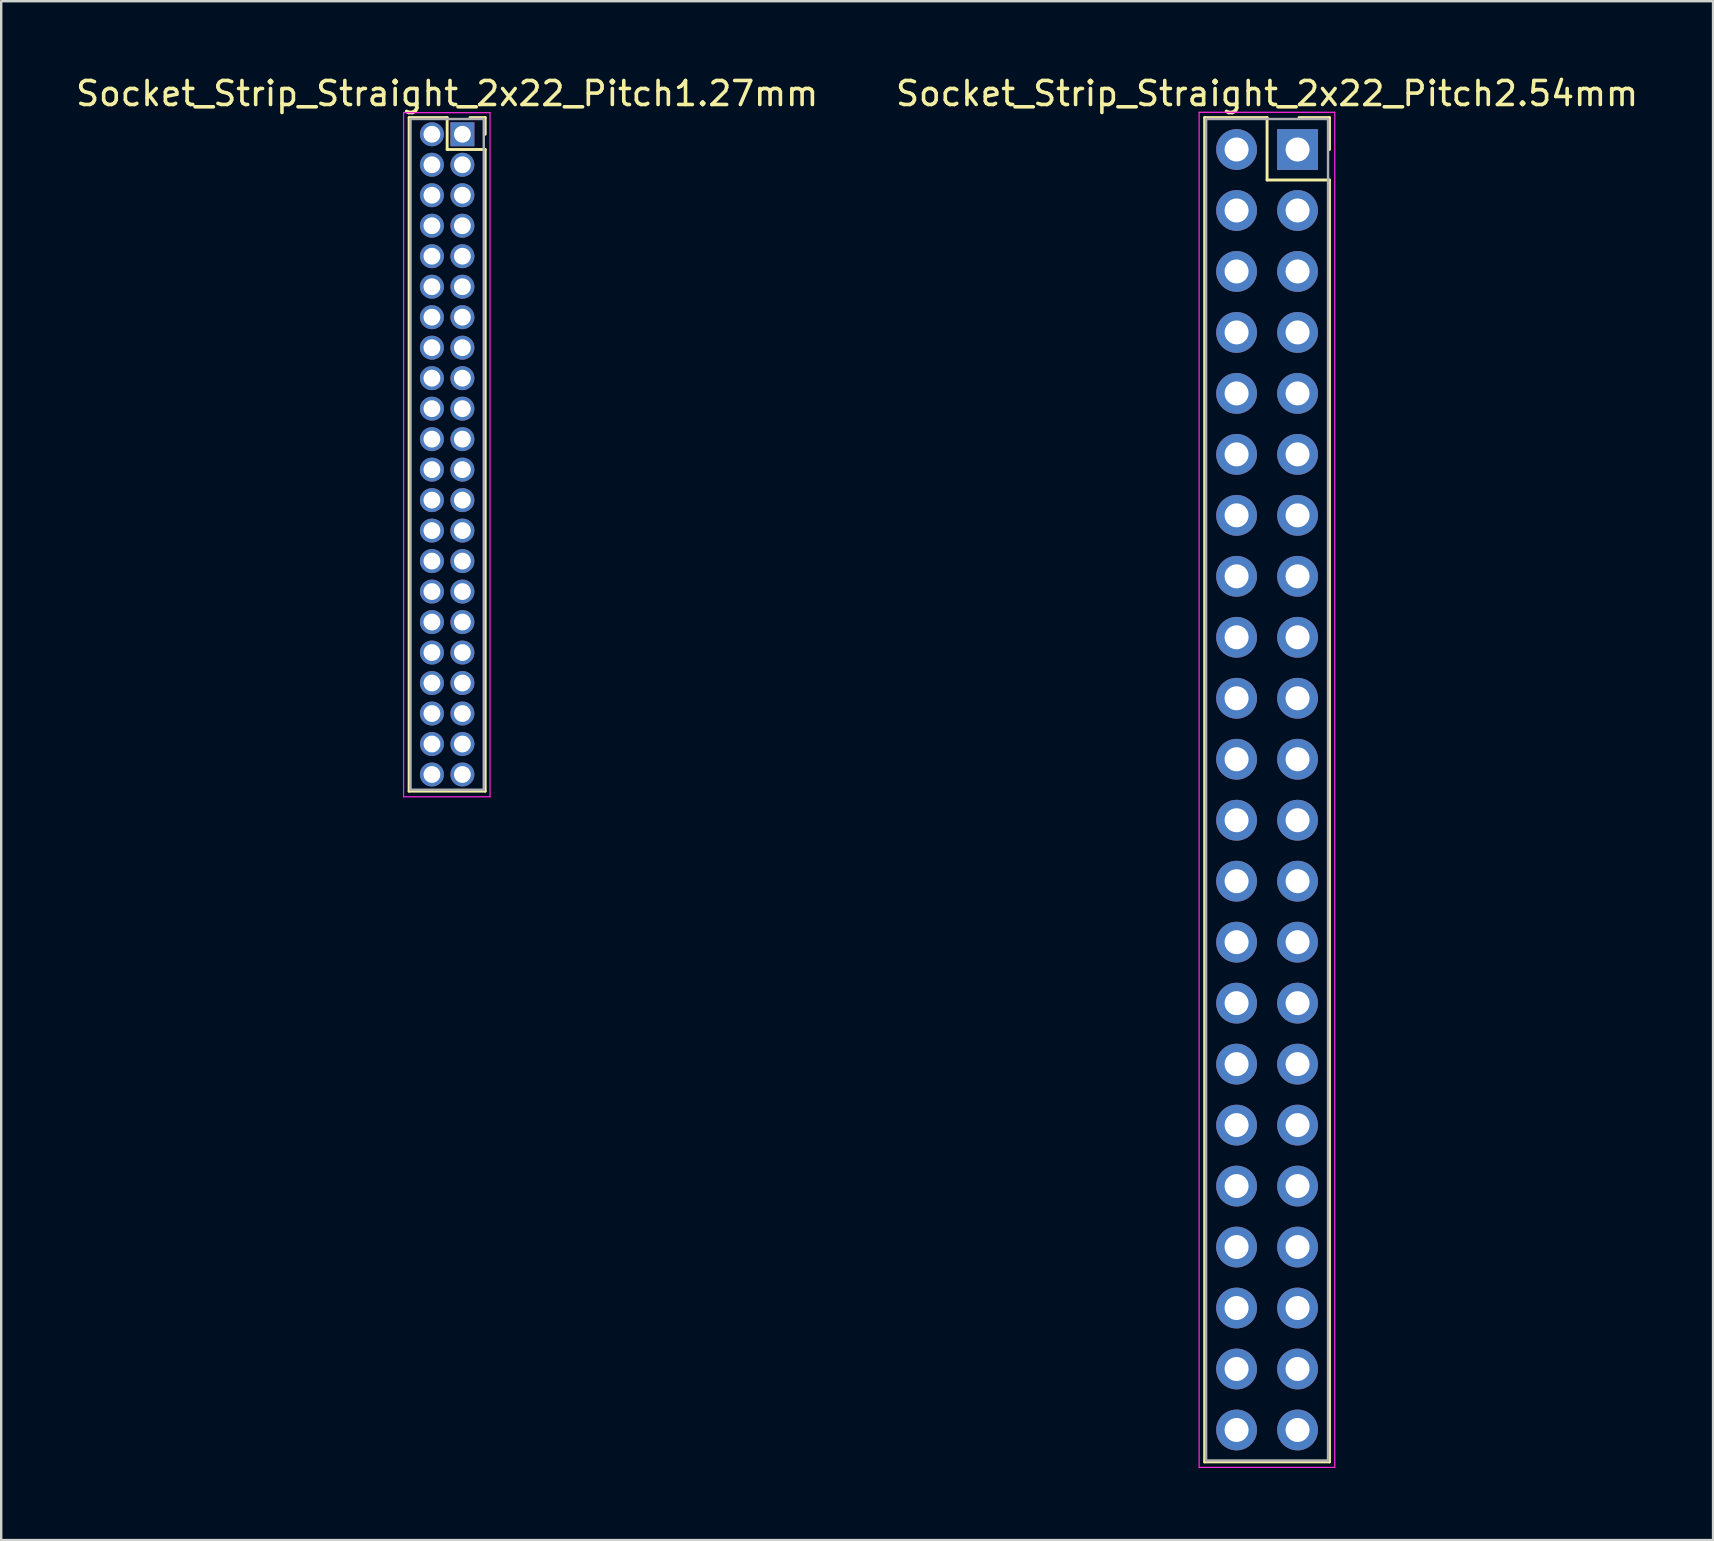
<source format=kicad_pcb>
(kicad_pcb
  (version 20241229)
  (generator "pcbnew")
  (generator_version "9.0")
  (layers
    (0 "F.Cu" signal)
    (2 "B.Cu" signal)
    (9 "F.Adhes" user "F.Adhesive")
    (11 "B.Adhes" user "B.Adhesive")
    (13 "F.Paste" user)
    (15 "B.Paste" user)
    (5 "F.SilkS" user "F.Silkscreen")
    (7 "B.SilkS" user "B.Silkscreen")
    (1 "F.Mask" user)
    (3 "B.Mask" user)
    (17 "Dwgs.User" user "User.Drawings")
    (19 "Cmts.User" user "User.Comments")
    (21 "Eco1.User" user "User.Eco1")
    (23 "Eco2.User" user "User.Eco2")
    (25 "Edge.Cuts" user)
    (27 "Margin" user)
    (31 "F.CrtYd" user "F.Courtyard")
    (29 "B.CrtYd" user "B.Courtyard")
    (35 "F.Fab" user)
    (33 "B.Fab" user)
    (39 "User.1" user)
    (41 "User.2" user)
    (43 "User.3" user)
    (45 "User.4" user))
  (footprint "Socket_Strip_Straight_2x22_Pitch1.27mm"
    (layer "F.Cu")
    (at 16.212 2.543)
    (property "Reference" "Socket_Strip_Straight_2x22_Pitch1.27mm" (at -0.635 -1.695 0) (layer "F.SilkS") (effects (font (size 1 1) (thickness 0.15))))
    (attr through_hole)
    (fp_line (start -2.22 -0.695) (end -0.635 -0.695) (stroke (width 0.12) (type solid)) (layer "F.SilkS"))
    (fp_line (start -2.22 27.365) (end -2.22 -0.695) (stroke (width 0.12) (type solid)) (layer "F.SilkS"))
    (fp_line (start -0.635 -0.695) (end -0.635 0.635) (stroke (width 0.12) (type solid)) (layer "F.SilkS"))
    (fp_line (start -0.635 0.635) (end 0.95 0.635) (stroke (width 0.12) (type solid)) (layer "F.SilkS"))
    (fp_line (start 0.95 -0.695) (end 0.315 -0.695) (stroke (width 0.12) (type solid)) (layer "F.SilkS"))
    (fp_line (start 0.95 0) (end 0.95 -0.695) (stroke (width 0.12) (type solid)) (layer "F.SilkS"))
    (fp_line (start 0.95 0.635) (end 0.95 27.365) (stroke (width 0.12) (type solid)) (layer "F.SilkS"))
    (fp_line (start 0.95 27.365) (end -2.22 27.365) (stroke (width 0.12) (type solid)) (layer "F.SilkS"))
    (fp_line (start -2.45 -0.9) (end -2.45 27.6) (stroke (width 0.05) (type solid)) (layer "F.CrtYd"))
    (fp_line (start -2.45 27.6) (end 1.15 27.6) (stroke (width 0.05) (type solid)) (layer "F.CrtYd"))
    (fp_line (start 1.15 -0.9) (end -2.45 -0.9) (stroke (width 0.05) (type solid)) (layer "F.CrtYd"))
    (fp_line (start 1.15 27.6) (end 1.15 -0.9) (stroke (width 0.05) (type solid)) (layer "F.CrtYd"))
    (fp_line (start -2.16 -0.635) (end -2.16 27.305) (stroke (width 0.1) (type solid)) (layer "F.Fab"))
    (fp_line (start -2.16 27.305) (end 0.89 27.305) (stroke (width 0.1) (type solid)) (layer "F.Fab"))
    (fp_line (start 0.89 -0.635) (end -2.16 -0.635) (stroke (width 0.1) (type solid)) (layer "F.Fab"))
    (fp_line (start 0.89 27.305) (end 0.89 -0.635) (stroke (width 0.1) (type solid)) (layer "F.Fab"))
    (pad "1" thru_hole rect (at 0 0) (size 1 1) (drill 0.7) (layers "*.Cu" "*.Mask"))
    (pad "2" thru_hole oval (at -1.27 0) (size 1 1) (drill 0.7) (layers "*.Cu" "*.Mask"))
    (pad "3" thru_hole oval (at 0 1.27) (size 1 1) (drill 0.7) (layers "*.Cu" "*.Mask"))
    (pad "4" thru_hole oval (at -1.27 1.27) (size 1 1) (drill 0.7) (layers "*.Cu" "*.Mask"))
    (pad "5" thru_hole oval (at 0 2.54) (size 1 1) (drill 0.7) (layers "*.Cu" "*.Mask"))
    (pad "6" thru_hole oval (at -1.27 2.54) (size 1 1) (drill 0.7) (layers "*.Cu" "*.Mask"))
    (pad "7" thru_hole oval (at 0 3.81) (size 1 1) (drill 0.7) (layers "*.Cu" "*.Mask"))
    (pad "8" thru_hole oval (at -1.27 3.81) (size 1 1) (drill 0.7) (layers "*.Cu" "*.Mask"))
    (pad "9" thru_hole oval (at 0 5.08) (size 1 1) (drill 0.7) (layers "*.Cu" "*.Mask"))
    (pad "10" thru_hole oval (at -1.27 5.08) (size 1 1) (drill 0.7) (layers "*.Cu" "*.Mask"))
    (pad "11" thru_hole oval (at 0 6.35) (size 1 1) (drill 0.7) (layers "*.Cu" "*.Mask"))
    (pad "12" thru_hole oval (at -1.27 6.35) (size 1 1) (drill 0.7) (layers "*.Cu" "*.Mask"))
    (pad "13" thru_hole oval (at 0 7.62) (size 1 1) (drill 0.7) (layers "*.Cu" "*.Mask"))
    (pad "14" thru_hole oval (at -1.27 7.62) (size 1 1) (drill 0.7) (layers "*.Cu" "*.Mask"))
    (pad "15" thru_hole oval (at 0 8.89) (size 1 1) (drill 0.7) (layers "*.Cu" "*.Mask"))
    (pad "16" thru_hole oval (at -1.27 8.89) (size 1 1) (drill 0.7) (layers "*.Cu" "*.Mask"))
    (pad "17" thru_hole oval (at 0 10.16) (size 1 1) (drill 0.7) (layers "*.Cu" "*.Mask"))
    (pad "18" thru_hole oval (at -1.27 10.16) (size 1 1) (drill 0.7) (layers "*.Cu" "*.Mask"))
    (pad "19" thru_hole oval (at 0 11.43) (size 1 1) (drill 0.7) (layers "*.Cu" "*.Mask"))
    (pad "20" thru_hole oval (at -1.27 11.43) (size 1 1) (drill 0.7) (layers "*.Cu" "*.Mask"))
    (pad "21" thru_hole oval (at 0 12.7) (size 1 1) (drill 0.7) (layers "*.Cu" "*.Mask"))
    (pad "22" thru_hole oval (at -1.27 12.7) (size 1 1) (drill 0.7) (layers "*.Cu" "*.Mask"))
    (pad "23" thru_hole oval (at 0 13.97) (size 1 1) (drill 0.7) (layers "*.Cu" "*.Mask"))
    (pad "24" thru_hole oval (at -1.27 13.97) (size 1 1) (drill 0.7) (layers "*.Cu" "*.Mask"))
    (pad "25" thru_hole oval (at 0 15.24) (size 1 1) (drill 0.7) (layers "*.Cu" "*.Mask"))
    (pad "26" thru_hole oval (at -1.27 15.24) (size 1 1) (drill 0.7) (layers "*.Cu" "*.Mask"))
    (pad "27" thru_hole oval (at 0 16.51) (size 1 1) (drill 0.7) (layers "*.Cu" "*.Mask"))
    (pad "28" thru_hole oval (at -1.27 16.51) (size 1 1) (drill 0.7) (layers "*.Cu" "*.Mask"))
    (pad "29" thru_hole oval (at 0 17.78) (size 1 1) (drill 0.7) (layers "*.Cu" "*.Mask"))
    (pad "30" thru_hole oval (at -1.27 17.78) (size 1 1) (drill 0.7) (layers "*.Cu" "*.Mask"))
    (pad "31" thru_hole oval (at 0 19.05) (size 1 1) (drill 0.7) (layers "*.Cu" "*.Mask"))
    (pad "32" thru_hole oval (at -1.27 19.05) (size 1 1) (drill 0.7) (layers "*.Cu" "*.Mask"))
    (pad "33" thru_hole oval (at 0 20.32) (size 1 1) (drill 0.7) (layers "*.Cu" "*.Mask"))
    (pad "34" thru_hole oval (at -1.27 20.32) (size 1 1) (drill 0.7) (layers "*.Cu" "*.Mask"))
    (pad "35" thru_hole oval (at 0 21.59) (size 1 1) (drill 0.7) (layers "*.Cu" "*.Mask"))
    (pad "36" thru_hole oval (at -1.27 21.59) (size 1 1) (drill 0.7) (layers "*.Cu" "*.Mask"))
    (pad "37" thru_hole oval (at 0 22.86) (size 1 1) (drill 0.7) (layers "*.Cu" "*.Mask"))
    (pad "38" thru_hole oval (at -1.27 22.86) (size 1 1) (drill 0.7) (layers "*.Cu" "*.Mask"))
    (pad "39" thru_hole oval (at 0 24.13) (size 1 1) (drill 0.7) (layers "*.Cu" "*.Mask"))
    (pad "40" thru_hole oval (at -1.27 24.13) (size 1 1) (drill 0.7) (layers "*.Cu" "*.Mask"))
    (pad "41" thru_hole oval (at 0 25.4) (size 1 1) (drill 0.7) (layers "*.Cu" "*.Mask"))
    (pad "42" thru_hole oval (at -1.27 25.4) (size 1 1) (drill 0.7) (layers "*.Cu" "*.Mask"))
    (pad "43" thru_hole oval (at 0 26.67) (size 1 1) (drill 0.7) (layers "*.Cu" "*.Mask"))
    (pad "44" thru_hole oval (at -1.27 26.67) (size 1 1) (drill 0.7) (layers "*.Cu" "*.Mask")))
  (footprint "Socket_Strip_Straight_2x22_Pitch2.54mm"
    (layer "F.Cu")
    (at 51.002 3.178)
    (property "Reference" "Socket_Strip_Straight_2x22_Pitch2.54mm" (at -1.27 -2.33 0) (layer "F.SilkS") (effects (font (size 1 1) (thickness 0.15))))
    (attr through_hole)
    (fp_line (start -3.87 -1.33) (end -1.27 -1.33) (stroke (width 0.12) (type solid)) (layer "F.SilkS"))
    (fp_line (start -3.87 54.67) (end -3.87 -1.33) (stroke (width 0.12) (type solid)) (layer "F.SilkS"))
    (fp_line (start -1.27 -1.33) (end -1.27 1.27) (stroke (width 0.12) (type solid)) (layer "F.SilkS"))
    (fp_line (start -1.27 1.27) (end 1.33 1.27) (stroke (width 0.12) (type solid)) (layer "F.SilkS"))
    (fp_line (start 1.33 -1.33) (end 0.06 -1.33) (stroke (width 0.12) (type solid)) (layer "F.SilkS"))
    (fp_line (start 1.33 0) (end 1.33 -1.33) (stroke (width 0.12) (type solid)) (layer "F.SilkS"))
    (fp_line (start 1.33 1.27) (end 1.33 54.67) (stroke (width 0.12) (type solid)) (layer "F.SilkS"))
    (fp_line (start 1.33 54.67) (end -3.87 54.67) (stroke (width 0.12) (type solid)) (layer "F.SilkS"))
    (fp_line (start -4.1 -1.55) (end -4.1 54.9) (stroke (width 0.05) (type solid)) (layer "F.CrtYd"))
    (fp_line (start -4.1 54.9) (end 1.55 54.9) (stroke (width 0.05) (type solid)) (layer "F.CrtYd"))
    (fp_line (start 1.55 -1.55) (end -4.1 -1.55) (stroke (width 0.05) (type solid)) (layer "F.CrtYd"))
    (fp_line (start 1.55 54.9) (end 1.55 -1.55) (stroke (width 0.05) (type solid)) (layer "F.CrtYd"))
    (fp_line (start -3.81 -1.27) (end -3.81 54.61) (stroke (width 0.1) (type solid)) (layer "F.Fab"))
    (fp_line (start -3.81 54.61) (end 1.27 54.61) (stroke (width 0.1) (type solid)) (layer "F.Fab"))
    (fp_line (start 1.27 -1.27) (end -3.81 -1.27) (stroke (width 0.1) (type solid)) (layer "F.Fab"))
    (fp_line (start 1.27 54.61) (end 1.27 -1.27) (stroke (width 0.1) (type solid)) (layer "F.Fab"))
    (pad "1" thru_hole rect (at 0 0) (size 1.7 1.7) (drill 1) (layers "*.Cu" "*.Mask"))
    (pad "2" thru_hole oval (at -2.54 0) (size 1.7 1.7) (drill 1) (layers "*.Cu" "*.Mask"))
    (pad "3" thru_hole oval (at 0 2.54) (size 1.7 1.7) (drill 1) (layers "*.Cu" "*.Mask"))
    (pad "4" thru_hole oval (at -2.54 2.54) (size 1.7 1.7) (drill 1) (layers "*.Cu" "*.Mask"))
    (pad "5" thru_hole oval (at 0 5.08) (size 1.7 1.7) (drill 1) (layers "*.Cu" "*.Mask"))
    (pad "6" thru_hole oval (at -2.54 5.08) (size 1.7 1.7) (drill 1) (layers "*.Cu" "*.Mask"))
    (pad "7" thru_hole oval (at 0 7.62) (size 1.7 1.7) (drill 1) (layers "*.Cu" "*.Mask"))
    (pad "8" thru_hole oval (at -2.54 7.62) (size 1.7 1.7) (drill 1) (layers "*.Cu" "*.Mask"))
    (pad "9" thru_hole oval (at 0 10.16) (size 1.7 1.7) (drill 1) (layers "*.Cu" "*.Mask"))
    (pad "10" thru_hole oval (at -2.54 10.16) (size 1.7 1.7) (drill 1) (layers "*.Cu" "*.Mask"))
    (pad "11" thru_hole oval (at 0 12.7) (size 1.7 1.7) (drill 1) (layers "*.Cu" "*.Mask"))
    (pad "12" thru_hole oval (at -2.54 12.7) (size 1.7 1.7) (drill 1) (layers "*.Cu" "*.Mask"))
    (pad "13" thru_hole oval (at 0 15.24) (size 1.7 1.7) (drill 1) (layers "*.Cu" "*.Mask"))
    (pad "14" thru_hole oval (at -2.54 15.24) (size 1.7 1.7) (drill 1) (layers "*.Cu" "*.Mask"))
    (pad "15" thru_hole oval (at 0 17.78) (size 1.7 1.7) (drill 1) (layers "*.Cu" "*.Mask"))
    (pad "16" thru_hole oval (at -2.54 17.78) (size 1.7 1.7) (drill 1) (layers "*.Cu" "*.Mask"))
    (pad "17" thru_hole oval (at 0 20.32) (size 1.7 1.7) (drill 1) (layers "*.Cu" "*.Mask"))
    (pad "18" thru_hole oval (at -2.54 20.32) (size 1.7 1.7) (drill 1) (layers "*.Cu" "*.Mask"))
    (pad "19" thru_hole oval (at 0 22.86) (size 1.7 1.7) (drill 1) (layers "*.Cu" "*.Mask"))
    (pad "20" thru_hole oval (at -2.54 22.86) (size 1.7 1.7) (drill 1) (layers "*.Cu" "*.Mask"))
    (pad "21" thru_hole oval (at 0 25.4) (size 1.7 1.7) (drill 1) (layers "*.Cu" "*.Mask"))
    (pad "22" thru_hole oval (at -2.54 25.4) (size 1.7 1.7) (drill 1) (layers "*.Cu" "*.Mask"))
    (pad "23" thru_hole oval (at 0 27.94) (size 1.7 1.7) (drill 1) (layers "*.Cu" "*.Mask"))
    (pad "24" thru_hole oval (at -2.54 27.94) (size 1.7 1.7) (drill 1) (layers "*.Cu" "*.Mask"))
    (pad "25" thru_hole oval (at 0 30.48) (size 1.7 1.7) (drill 1) (layers "*.Cu" "*.Mask"))
    (pad "26" thru_hole oval (at -2.54 30.48) (size 1.7 1.7) (drill 1) (layers "*.Cu" "*.Mask"))
    (pad "27" thru_hole oval (at 0 33.02) (size 1.7 1.7) (drill 1) (layers "*.Cu" "*.Mask"))
    (pad "28" thru_hole oval (at -2.54 33.02) (size 1.7 1.7) (drill 1) (layers "*.Cu" "*.Mask"))
    (pad "29" thru_hole oval (at 0 35.56) (size 1.7 1.7) (drill 1) (layers "*.Cu" "*.Mask"))
    (pad "30" thru_hole oval (at -2.54 35.56) (size 1.7 1.7) (drill 1) (layers "*.Cu" "*.Mask"))
    (pad "31" thru_hole oval (at 0 38.1) (size 1.7 1.7) (drill 1) (layers "*.Cu" "*.Mask"))
    (pad "32" thru_hole oval (at -2.54 38.1) (size 1.7 1.7) (drill 1) (layers "*.Cu" "*.Mask"))
    (pad "33" thru_hole oval (at 0 40.64) (size 1.7 1.7) (drill 1) (layers "*.Cu" "*.Mask"))
    (pad "34" thru_hole oval (at -2.54 40.64) (size 1.7 1.7) (drill 1) (layers "*.Cu" "*.Mask"))
    (pad "35" thru_hole oval (at 0 43.18) (size 1.7 1.7) (drill 1) (layers "*.Cu" "*.Mask"))
    (pad "36" thru_hole oval (at -2.54 43.18) (size 1.7 1.7) (drill 1) (layers "*.Cu" "*.Mask"))
    (pad "37" thru_hole oval (at 0 45.72) (size 1.7 1.7) (drill 1) (layers "*.Cu" "*.Mask"))
    (pad "38" thru_hole oval (at -2.54 45.72) (size 1.7 1.7) (drill 1) (layers "*.Cu" "*.Mask"))
    (pad "39" thru_hole oval (at 0 48.26) (size 1.7 1.7) (drill 1) (layers "*.Cu" "*.Mask"))
    (pad "40" thru_hole oval (at -2.54 48.26) (size 1.7 1.7) (drill 1) (layers "*.Cu" "*.Mask"))
    (pad "41" thru_hole oval (at 0 50.8) (size 1.7 1.7) (drill 1) (layers "*.Cu" "*.Mask"))
    (pad "42" thru_hole oval (at -2.54 50.8) (size 1.7 1.7) (drill 1) (layers "*.Cu" "*.Mask"))
    (pad "43" thru_hole oval (at 0 53.34) (size 1.7 1.7) (drill 1) (layers "*.Cu" "*.Mask"))
    (pad "44" thru_hole oval (at -2.54 53.34) (size 1.7 1.7) (drill 1) (layers "*.Cu" "*.Mask")))
  (gr_rect
    (start -3 -3)
    (end 68.31 61.103)
    (stroke (width 0.1) (type default))
    (fill no)
    (layer "Edge.Cuts")))
</source>
